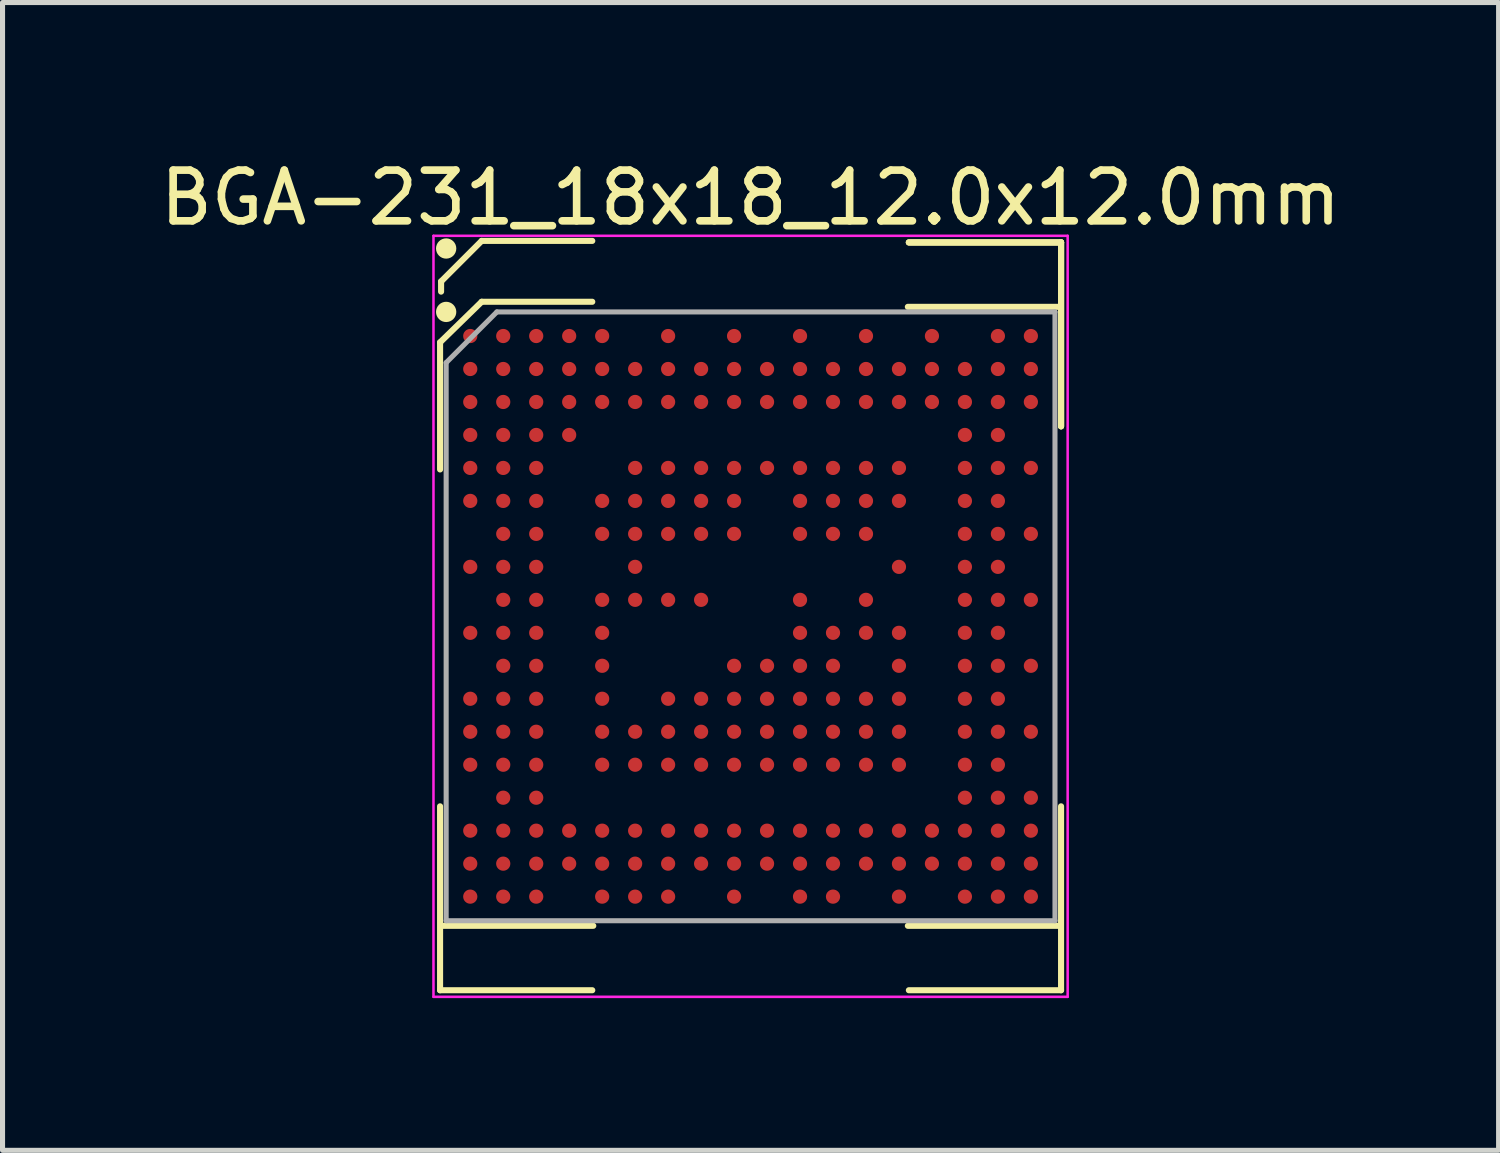
<source format=kicad_pcb>
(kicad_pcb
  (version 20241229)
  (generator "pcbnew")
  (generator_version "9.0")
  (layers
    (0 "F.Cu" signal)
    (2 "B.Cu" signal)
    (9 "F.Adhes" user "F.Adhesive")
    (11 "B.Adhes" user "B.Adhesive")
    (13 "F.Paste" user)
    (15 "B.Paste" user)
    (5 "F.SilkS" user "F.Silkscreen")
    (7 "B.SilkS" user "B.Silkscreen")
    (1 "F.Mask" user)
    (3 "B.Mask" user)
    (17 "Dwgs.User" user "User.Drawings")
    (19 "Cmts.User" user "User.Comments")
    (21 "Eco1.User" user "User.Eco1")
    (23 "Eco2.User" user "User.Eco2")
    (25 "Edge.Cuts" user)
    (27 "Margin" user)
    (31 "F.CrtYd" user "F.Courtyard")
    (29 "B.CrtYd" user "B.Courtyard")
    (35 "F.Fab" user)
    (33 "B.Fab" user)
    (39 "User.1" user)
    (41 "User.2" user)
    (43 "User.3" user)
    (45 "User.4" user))
  (footprint "BGA-231_18x18_12.0x12.0mm"
    (layer "F.Cu")
    (at 11.744 9.098)
    (property "Reference" "BGA-231_18x18_12.0x12.0mm" (at 0 -8.25 0) (layer "F.SilkS") (effects (font (size 1 1) (thickness 0.15))))
    (attr smd)
    (fp_line (start -6.12 -5.4) (end -6.12 -2.895) (stroke (width 0.12) (type solid)) (layer "F.SilkS"))
    (fp_line (start -6.12 7.37) (end -6.12 3.745) (stroke (width 0.12) (type solid)) (layer "F.SilkS"))
    (fp_line (start -6.1 -6.6) (end -6.1 -6.4) (stroke (width 0.12) (type solid)) (layer "F.SilkS"))
    (fp_line (start -5.3 -7.4) (end -6.1 -6.6) (stroke (width 0.12) (type solid)) (layer "F.SilkS"))
    (fp_line (start -5.3 -6.2) (end -6.12 -5.4) (stroke (width 0.12) (type solid)) (layer "F.SilkS"))
    (fp_line (start -3.12 -7.4) (end -5.3 -7.4) (stroke (width 0.12) (type solid)) (layer "F.SilkS"))
    (fp_line (start -3.12 -6.2) (end -5.3 -6.2) (stroke (width 0.12) (type solid)) (layer "F.SilkS"))
    (fp_line (start -3.12 7.37) (end -6.12 7.37) (stroke (width 0.12) (type solid)) (layer "F.SilkS"))
    (fp_line (start -3.1 6.1) (end -6.1 6.1) (stroke (width 0.12) (type solid)) (layer "F.SilkS"))
    (fp_line (start 3.1 -6.1) (end 6.1 -6.1) (stroke (width 0.12) (type solid)) (layer "F.SilkS"))
    (fp_line (start 3.1 6.1) (end 6.1 6.1) (stroke (width 0.12) (type solid)) (layer "F.SilkS"))
    (fp_line (start 3.12 -7.37) (end 6.12 -7.37) (stroke (width 0.12) (type solid)) (layer "F.SilkS"))
    (fp_line (start 3.12 -7.37) (end 6.12 -7.37) (stroke (width 0.12) (type solid)) (layer "F.SilkS"))
    (fp_line (start 3.12 -7.37) (end 6.12 -7.37) (stroke (width 0.12) (type solid)) (layer "F.SilkS"))
    (fp_line (start 3.12 7.37) (end 6.12 7.37) (stroke (width 0.12) (type solid)) (layer "F.SilkS"))
    (fp_line (start 6.12 -7.37) (end 6.12 -3.745) (stroke (width 0.12) (type solid)) (layer "F.SilkS"))
    (fp_line (start 6.12 -7.37) (end 6.12 -3.745) (stroke (width 0.12) (type solid)) (layer "F.SilkS"))
    (fp_line (start 6.12 -7.37) (end 6.12 -3.745) (stroke (width 0.12) (type solid)) (layer "F.SilkS"))
    (fp_line (start 6.12 7.37) (end 6.12 3.745) (stroke (width 0.12) (type solid)) (layer "F.SilkS"))
    (fp_circle (center -6 -7.25) (end -6 -7.15) (stroke (width 0.2) (type solid)) (fill no) (layer "F.SilkS"))
    (fp_circle (center -6 -6) (end -6 -5.9) (stroke (width 0.2) (type solid)) (fill no) (layer "F.SilkS"))
    (fp_line (start -6.25 -7.5) (end 6.25 -7.5) (stroke (width 0.05) (type solid)) (layer "F.CrtYd"))
    (fp_line (start -6.25 7.5) (end -6.25 -7.5) (stroke (width 0.05) (type solid)) (layer "F.CrtYd"))
    (fp_line (start 6.25 -7.5) (end 6.25 7.5) (stroke (width 0.05) (type solid)) (layer "F.CrtYd"))
    (fp_line (start 6.25 7.5) (end -6.25 7.5) (stroke (width 0.05) (type solid)) (layer "F.CrtYd"))
    (fp_line (start -6 -5) (end -6 6) (stroke (width 0.1) (type solid)) (layer "F.Fab"))
    (fp_line (start -6 6) (end 6 6) (stroke (width 0.1) (type solid)) (layer "F.Fab"))
    (fp_line (start -5 -6) (end -6 -5) (stroke (width 0.1) (type solid)) (layer "F.Fab"))
    (fp_line (start 6 -6) (end -5 -6) (stroke (width 0.1) (type solid)) (layer "F.Fab"))
    (fp_line (start 6 6) (end 6 -6) (stroke (width 0.1) (type solid)) (layer "F.Fab"))
    (pad "A1" smd circle (at -5.525 -5.525) (size 0.28 0.28) (layers "F.Cu" "F.Mask" "F.Paste"))
    (pad "A2" smd circle (at -4.875 -5.525) (size 0.28 0.28) (layers "F.Cu" "F.Mask" "F.Paste"))
    (pad "A3" smd circle (at -4.225 -5.525) (size 0.28 0.28) (layers "F.Cu" "F.Mask" "F.Paste"))
    (pad "A4" smd circle (at -3.575 -5.525) (size 0.28 0.28) (layers "F.Cu" "F.Mask" "F.Paste"))
    (pad "A5" smd circle (at -2.925 -5.525) (size 0.28 0.28) (layers "F.Cu" "F.Mask" "F.Paste"))
    (pad "A7" smd circle (at -1.625 -5.525) (size 0.28 0.28) (layers "F.Cu" "F.Mask" "F.Paste"))
    (pad "A9" smd circle (at -0.325 -5.525) (size 0.28 0.28) (layers "F.Cu" "F.Mask" "F.Paste"))
    (pad "A11" smd circle (at 0.975 -5.525) (size 0.28 0.28) (layers "F.Cu" "F.Mask" "F.Paste"))
    (pad "A13" smd circle (at 2.275 -5.525) (size 0.28 0.28) (layers "F.Cu" "F.Mask" "F.Paste"))
    (pad "A15" smd circle (at 3.575 -5.525) (size 0.28 0.28) (layers "F.Cu" "F.Mask" "F.Paste"))
    (pad "A17" smd circle (at 4.875 -5.525) (size 0.28 0.28) (layers "F.Cu" "F.Mask" "F.Paste"))
    (pad "A18" smd circle (at 5.525 -5.525) (size 0.28 0.28) (layers "F.Cu" "F.Mask" "F.Paste"))
    (pad "B1" smd circle (at -5.525 -4.875) (size 0.28 0.28) (layers "F.Cu" "F.Mask" "F.Paste"))
    (pad "B2" smd circle (at -4.875 -4.875) (size 0.28 0.28) (layers "F.Cu" "F.Mask" "F.Paste"))
    (pad "B3" smd circle (at -4.225 -4.875) (size 0.28 0.28) (layers "F.Cu" "F.Mask" "F.Paste"))
    (pad "B4" smd circle (at -3.575 -4.875) (size 0.28 0.28) (layers "F.Cu" "F.Mask" "F.Paste"))
    (pad "B5" smd circle (at -2.925 -4.875) (size 0.28 0.28) (layers "F.Cu" "F.Mask" "F.Paste"))
    (pad "B6" smd circle (at -2.275 -4.875) (size 0.28 0.28) (layers "F.Cu" "F.Mask" "F.Paste"))
    (pad "B7" smd circle (at -1.625 -4.875) (size 0.28 0.28) (layers "F.Cu" "F.Mask" "F.Paste"))
    (pad "B8" smd circle (at -0.975 -4.875) (size 0.28 0.28) (layers "F.Cu" "F.Mask" "F.Paste"))
    (pad "B9" smd circle (at -0.325 -4.875) (size 0.28 0.28) (layers "F.Cu" "F.Mask" "F.Paste"))
    (pad "B10" smd circle (at 0.325 -4.875) (size 0.28 0.28) (layers "F.Cu" "F.Mask" "F.Paste"))
    (pad "B11" smd circle (at 0.975 -4.875) (size 0.28 0.28) (layers "F.Cu" "F.Mask" "F.Paste"))
    (pad "B12" smd circle (at 1.625 -4.875) (size 0.28 0.28) (layers "F.Cu" "F.Mask" "F.Paste"))
    (pad "B13" smd circle (at 2.275 -4.875) (size 0.28 0.28) (layers "F.Cu" "F.Mask" "F.Paste"))
    (pad "B14" smd circle (at 2.925 -4.875) (size 0.28 0.28) (layers "F.Cu" "F.Mask" "F.Paste"))
    (pad "B15" smd circle (at 3.575 -4.875) (size 0.28 0.28) (layers "F.Cu" "F.Mask" "F.Paste"))
    (pad "B16" smd circle (at 4.225 -4.875) (size 0.28 0.28) (layers "F.Cu" "F.Mask" "F.Paste"))
    (pad "B17" smd circle (at 4.875 -4.875) (size 0.28 0.28) (layers "F.Cu" "F.Mask" "F.Paste"))
    (pad "B18" smd circle (at 5.525 -4.875) (size 0.28 0.28) (layers "F.Cu" "F.Mask" "F.Paste"))
    (pad "C1" smd circle (at -5.525 -4.225) (size 0.28 0.28) (layers "F.Cu" "F.Mask" "F.Paste"))
    (pad "C2" smd circle (at -4.875 -4.225) (size 0.28 0.28) (layers "F.Cu" "F.Mask" "F.Paste"))
    (pad "C3" smd circle (at -4.225 -4.225) (size 0.28 0.28) (layers "F.Cu" "F.Mask" "F.Paste"))
    (pad "C4" smd circle (at -3.575 -4.225) (size 0.28 0.28) (layers "F.Cu" "F.Mask" "F.Paste"))
    (pad "C5" smd circle (at -2.925 -4.225) (size 0.28 0.28) (layers "F.Cu" "F.Mask" "F.Paste"))
    (pad "C6" smd circle (at -2.275 -4.225) (size 0.28 0.28) (layers "F.Cu" "F.Mask" "F.Paste"))
    (pad "C7" smd circle (at -1.625 -4.225) (size 0.28 0.28) (layers "F.Cu" "F.Mask" "F.Paste"))
    (pad "C8" smd circle (at -0.975 -4.225) (size 0.28 0.28) (layers "F.Cu" "F.Mask" "F.Paste"))
    (pad "C9" smd circle (at -0.325 -4.225) (size 0.28 0.28) (layers "F.Cu" "F.Mask" "F.Paste"))
    (pad "C10" smd circle (at 0.325 -4.225) (size 0.28 0.28) (layers "F.Cu" "F.Mask" "F.Paste"))
    (pad "C11" smd circle (at 0.975 -4.225) (size 0.28 0.28) (layers "F.Cu" "F.Mask" "F.Paste"))
    (pad "C12" smd circle (at 1.625 -4.225) (size 0.28 0.28) (layers "F.Cu" "F.Mask" "F.Paste"))
    (pad "C13" smd circle (at 2.275 -4.225) (size 0.28 0.28) (layers "F.Cu" "F.Mask" "F.Paste"))
    (pad "C14" smd circle (at 2.925 -4.225) (size 0.28 0.28) (layers "F.Cu" "F.Mask" "F.Paste"))
    (pad "C15" smd circle (at 3.575 -4.225) (size 0.28 0.28) (layers "F.Cu" "F.Mask" "F.Paste"))
    (pad "C16" smd circle (at 4.225 -4.225) (size 0.28 0.28) (layers "F.Cu" "F.Mask" "F.Paste"))
    (pad "C17" smd circle (at 4.875 -4.225) (size 0.28 0.28) (layers "F.Cu" "F.Mask" "F.Paste"))
    (pad "C18" smd circle (at 5.525 -4.225) (size 0.28 0.28) (layers "F.Cu" "F.Mask" "F.Paste"))
    (pad "D1" smd circle (at -5.525 -3.575) (size 0.28 0.28) (layers "F.Cu" "F.Mask" "F.Paste"))
    (pad "D2" smd circle (at -4.875 -3.575) (size 0.28 0.28) (layers "F.Cu" "F.Mask" "F.Paste"))
    (pad "D3" smd circle (at -4.225 -3.575) (size 0.28 0.28) (layers "F.Cu" "F.Mask" "F.Paste"))
    (pad "D4" smd circle (at -3.575 -3.575) (size 0.28 0.28) (layers "F.Cu" "F.Mask" "F.Paste"))
    (pad "D16" smd circle (at 4.225 -3.575) (size 0.28 0.28) (layers "F.Cu" "F.Mask" "F.Paste"))
    (pad "D17" smd circle (at 4.875 -3.575) (size 0.28 0.28) (layers "F.Cu" "F.Mask" "F.Paste"))
    (pad "E1" smd circle (at -5.525 -2.925) (size 0.28 0.28) (layers "F.Cu" "F.Mask" "F.Paste"))
    (pad "E2" smd circle (at -4.875 -2.925) (size 0.28 0.28) (layers "F.Cu" "F.Mask" "F.Paste"))
    (pad "E3" smd circle (at -4.225 -2.925) (size 0.28 0.28) (layers "F.Cu" "F.Mask" "F.Paste"))
    (pad "E6" smd circle (at -2.275 -2.925) (size 0.28 0.28) (layers "F.Cu" "F.Mask" "F.Paste"))
    (pad "E7" smd circle (at -1.625 -2.925) (size 0.28 0.28) (layers "F.Cu" "F.Mask" "F.Paste"))
    (pad "E8" smd circle (at -0.975 -2.925) (size 0.28 0.28) (layers "F.Cu" "F.Mask" "F.Paste"))
    (pad "E9" smd circle (at -0.325 -2.925) (size 0.28 0.28) (layers "F.Cu" "F.Mask" "F.Paste"))
    (pad "E10" smd circle (at 0.325 -2.925) (size 0.28 0.28) (layers "F.Cu" "F.Mask" "F.Paste"))
    (pad "E11" smd circle (at 0.975 -2.925) (size 0.28 0.28) (layers "F.Cu" "F.Mask" "F.Paste"))
    (pad "E12" smd circle (at 1.625 -2.925) (size 0.28 0.28) (layers "F.Cu" "F.Mask" "F.Paste"))
    (pad "E13" smd circle (at 2.275 -2.925) (size 0.28 0.28) (layers "F.Cu" "F.Mask" "F.Paste"))
    (pad "E14" smd circle (at 2.925 -2.925) (size 0.28 0.28) (layers "F.Cu" "F.Mask" "F.Paste"))
    (pad "E16" smd circle (at 4.225 -2.925) (size 0.28 0.28) (layers "F.Cu" "F.Mask" "F.Paste"))
    (pad "E17" smd circle (at 4.875 -2.925) (size 0.28 0.28) (layers "F.Cu" "F.Mask" "F.Paste"))
    (pad "E18" smd circle (at 5.525 -2.925) (size 0.28 0.28) (layers "F.Cu" "F.Mask" "F.Paste"))
    (pad "F1" smd circle (at -5.525 -2.275) (size 0.28 0.28) (layers "F.Cu" "F.Mask" "F.Paste"))
    (pad "F2" smd circle (at -4.875 -2.275) (size 0.28 0.28) (layers "F.Cu" "F.Mask" "F.Paste"))
    (pad "F3" smd circle (at -4.225 -2.275) (size 0.28 0.28) (layers "F.Cu" "F.Mask" "F.Paste"))
    (pad "F5" smd circle (at -2.925 -2.275) (size 0.28 0.28) (layers "F.Cu" "F.Mask" "F.Paste"))
    (pad "F6" smd circle (at -2.275 -2.275) (size 0.28 0.28) (layers "F.Cu" "F.Mask" "F.Paste"))
    (pad "F7" smd circle (at -1.625 -2.275) (size 0.28 0.28) (layers "F.Cu" "F.Mask" "F.Paste"))
    (pad "F8" smd circle (at -0.975 -2.275) (size 0.28 0.28) (layers "F.Cu" "F.Mask" "F.Paste"))
    (pad "F9" smd circle (at -0.325 -2.275) (size 0.28 0.28) (layers "F.Cu" "F.Mask" "F.Paste"))
    (pad "F11" smd circle (at 0.975 -2.275) (size 0.28 0.28) (layers "F.Cu" "F.Mask" "F.Paste"))
    (pad "F12" smd circle (at 1.625 -2.275) (size 0.28 0.28) (layers "F.Cu" "F.Mask" "F.Paste"))
    (pad "F13" smd circle (at 2.275 -2.275) (size 0.28 0.28) (layers "F.Cu" "F.Mask" "F.Paste"))
    (pad "F14" smd circle (at 2.925 -2.275) (size 0.28 0.28) (layers "F.Cu" "F.Mask" "F.Paste"))
    (pad "F16" smd circle (at 4.225 -2.275) (size 0.28 0.28) (layers "F.Cu" "F.Mask" "F.Paste"))
    (pad "F17" smd circle (at 4.875 -2.275) (size 0.28 0.28) (layers "F.Cu" "F.Mask" "F.Paste"))
    (pad "G2" smd circle (at -4.875 -1.625) (size 0.28 0.28) (layers "F.Cu" "F.Mask" "F.Paste"))
    (pad "G3" smd circle (at -4.225 -1.625) (size 0.28 0.28) (layers "F.Cu" "F.Mask" "F.Paste"))
    (pad "G5" smd circle (at -2.925 -1.625) (size 0.28 0.28) (layers "F.Cu" "F.Mask" "F.Paste"))
    (pad "G6" smd circle (at -2.275 -1.625) (size 0.28 0.28) (layers "F.Cu" "F.Mask" "F.Paste"))
    (pad "G7" smd circle (at -1.625 -1.625) (size 0.28 0.28) (layers "F.Cu" "F.Mask" "F.Paste"))
    (pad "G8" smd circle (at -0.975 -1.625) (size 0.28 0.28) (layers "F.Cu" "F.Mask" "F.Paste"))
    (pad "G9" smd circle (at -0.325 -1.625) (size 0.28 0.28) (layers "F.Cu" "F.Mask" "F.Paste"))
    (pad "G11" smd circle (at 0.975 -1.625) (size 0.28 0.28) (layers "F.Cu" "F.Mask" "F.Paste"))
    (pad "G12" smd circle (at 1.625 -1.625) (size 0.28 0.28) (layers "F.Cu" "F.Mask" "F.Paste"))
    (pad "G13" smd circle (at 2.275 -1.625) (size 0.28 0.28) (layers "F.Cu" "F.Mask" "F.Paste"))
    (pad "G16" smd circle (at 4.225 -1.625) (size 0.28 0.28) (layers "F.Cu" "F.Mask" "F.Paste"))
    (pad "G17" smd circle (at 4.875 -1.625) (size 0.28 0.28) (layers "F.Cu" "F.Mask" "F.Paste"))
    (pad "G18" smd circle (at 5.525 -1.625) (size 0.28 0.28) (layers "F.Cu" "F.Mask" "F.Paste"))
    (pad "H1" smd circle (at -5.525 -0.975) (size 0.28 0.28) (layers "F.Cu" "F.Mask" "F.Paste"))
    (pad "H2" smd circle (at -4.875 -0.975) (size 0.28 0.28) (layers "F.Cu" "F.Mask" "F.Paste"))
    (pad "H3" smd circle (at -4.225 -0.975) (size 0.28 0.28) (layers "F.Cu" "F.Mask" "F.Paste"))
    (pad "H6" smd circle (at -2.275 -0.975) (size 0.28 0.28) (layers "F.Cu" "F.Mask" "F.Paste"))
    (pad "H14" smd circle (at 2.925 -0.975) (size 0.28 0.28) (layers "F.Cu" "F.Mask" "F.Paste"))
    (pad "H16" smd circle (at 4.225 -0.975) (size 0.28 0.28) (layers "F.Cu" "F.Mask" "F.Paste"))
    (pad "H17" smd circle (at 4.875 -0.975) (size 0.28 0.28) (layers "F.Cu" "F.Mask" "F.Paste"))
    (pad "J2" smd circle (at -4.875 -0.325) (size 0.28 0.28) (layers "F.Cu" "F.Mask" "F.Paste"))
    (pad "J3" smd circle (at -4.225 -0.325) (size 0.28 0.28) (layers "F.Cu" "F.Mask" "F.Paste"))
    (pad "J5" smd circle (at -2.925 -0.325) (size 0.28 0.28) (layers "F.Cu" "F.Mask" "F.Paste"))
    (pad "J6" smd circle (at -2.275 -0.325) (size 0.28 0.28) (layers "F.Cu" "F.Mask" "F.Paste"))
    (pad "J7" smd circle (at -1.625 -0.325) (size 0.28 0.28) (layers "F.Cu" "F.Mask" "F.Paste"))
    (pad "J8" smd circle (at -0.975 -0.325) (size 0.28 0.28) (layers "F.Cu" "F.Mask" "F.Paste"))
    (pad "J11" smd circle (at 0.975 -0.325) (size 0.28 0.28) (layers "F.Cu" "F.Mask" "F.Paste"))
    (pad "J13" smd circle (at 2.275 -0.325) (size 0.28 0.28) (layers "F.Cu" "F.Mask" "F.Paste"))
    (pad "J16" smd circle (at 4.225 -0.325) (size 0.28 0.28) (layers "F.Cu" "F.Mask" "F.Paste"))
    (pad "J17" smd circle (at 4.875 -0.325) (size 0.28 0.28) (layers "F.Cu" "F.Mask" "F.Paste"))
    (pad "J18" smd circle (at 5.525 -0.325) (size 0.28 0.28) (layers "F.Cu" "F.Mask" "F.Paste"))
    (pad "K1" smd circle (at -5.525 0.325) (size 0.28 0.28) (layers "F.Cu" "F.Mask" "F.Paste"))
    (pad "K2" smd circle (at -4.875 0.325) (size 0.28 0.28) (layers "F.Cu" "F.Mask" "F.Paste"))
    (pad "K3" smd circle (at -4.225 0.325) (size 0.28 0.28) (layers "F.Cu" "F.Mask" "F.Paste"))
    (pad "K5" smd circle (at -2.925 0.325) (size 0.28 0.28) (layers "F.Cu" "F.Mask" "F.Paste"))
    (pad "K11" smd circle (at 0.975 0.325) (size 0.28 0.28) (layers "F.Cu" "F.Mask" "F.Paste"))
    (pad "K12" smd circle (at 1.625 0.325) (size 0.28 0.28) (layers "F.Cu" "F.Mask" "F.Paste"))
    (pad "K13" smd circle (at 2.275 0.325) (size 0.28 0.28) (layers "F.Cu" "F.Mask" "F.Paste"))
    (pad "K14" smd circle (at 2.925 0.325) (size 0.28 0.28) (layers "F.Cu" "F.Mask" "F.Paste"))
    (pad "K16" smd circle (at 4.225 0.325) (size 0.28 0.28) (layers "F.Cu" "F.Mask" "F.Paste"))
    (pad "K17" smd circle (at 4.875 0.325) (size 0.28 0.28) (layers "F.Cu" "F.Mask" "F.Paste"))
    (pad "L2" smd circle (at -4.875 0.975) (size 0.28 0.28) (layers "F.Cu" "F.Mask" "F.Paste"))
    (pad "L3" smd circle (at -4.225 0.975) (size 0.28 0.28) (layers "F.Cu" "F.Mask" "F.Paste"))
    (pad "L5" smd circle (at -2.925 0.975) (size 0.28 0.28) (layers "F.Cu" "F.Mask" "F.Paste"))
    (pad "L9" smd circle (at -0.325 0.975) (size 0.28 0.28) (layers "F.Cu" "F.Mask" "F.Paste"))
    (pad "L10" smd circle (at 0.325 0.975) (size 0.28 0.28) (layers "F.Cu" "F.Mask" "F.Paste"))
    (pad "L11" smd circle (at 0.975 0.975) (size 0.28 0.28) (layers "F.Cu" "F.Mask" "F.Paste"))
    (pad "L12" smd circle (at 1.625 0.975) (size 0.28 0.28) (layers "F.Cu" "F.Mask" "F.Paste"))
    (pad "L14" smd circle (at 2.925 0.975) (size 0.28 0.28) (layers "F.Cu" "F.Mask" "F.Paste"))
    (pad "L16" smd circle (at 4.225 0.975) (size 0.28 0.28) (layers "F.Cu" "F.Mask" "F.Paste"))
    (pad "L17" smd circle (at 4.875 0.975) (size 0.28 0.28) (layers "F.Cu" "F.Mask" "F.Paste"))
    (pad "L18" smd circle (at 5.525 0.975) (size 0.28 0.28) (layers "F.Cu" "F.Mask" "F.Paste"))
    (pad "M1" smd circle (at -5.525 1.625) (size 0.28 0.28) (layers "F.Cu" "F.Mask" "F.Paste"))
    (pad "M2" smd circle (at -4.875 1.625) (size 0.28 0.28) (layers "F.Cu" "F.Mask" "F.Paste"))
    (pad "M3" smd circle (at -4.225 1.625) (size 0.28 0.28) (layers "F.Cu" "F.Mask" "F.Paste"))
    (pad "M5" smd circle (at -2.925 1.625) (size 0.28 0.28) (layers "F.Cu" "F.Mask" "F.Paste"))
    (pad "M7" smd circle (at -1.625 1.625) (size 0.28 0.28) (layers "F.Cu" "F.Mask" "F.Paste"))
    (pad "M8" smd circle (at -0.975 1.625) (size 0.28 0.28) (layers "F.Cu" "F.Mask" "F.Paste"))
    (pad "M9" smd circle (at -0.325 1.625) (size 0.28 0.28) (layers "F.Cu" "F.Mask" "F.Paste"))
    (pad "M10" smd circle (at 0.325 1.625) (size 0.28 0.28) (layers "F.Cu" "F.Mask" "F.Paste"))
    (pad "M11" smd circle (at 0.975 1.625) (size 0.28 0.28) (layers "F.Cu" "F.Mask" "F.Paste"))
    (pad "M12" smd circle (at 1.625 1.625) (size 0.28 0.28) (layers "F.Cu" "F.Mask" "F.Paste"))
    (pad "M13" smd circle (at 2.275 1.625) (size 0.28 0.28) (layers "F.Cu" "F.Mask" "F.Paste"))
    (pad "M14" smd circle (at 2.925 1.625) (size 0.28 0.28) (layers "F.Cu" "F.Mask" "F.Paste"))
    (pad "M16" smd circle (at 4.225 1.625) (size 0.28 0.28) (layers "F.Cu" "F.Mask" "F.Paste"))
    (pad "M17" smd circle (at 4.875 1.625) (size 0.28 0.28) (layers "F.Cu" "F.Mask" "F.Paste"))
    (pad "N1" smd circle (at -5.525 2.275) (size 0.28 0.28) (layers "F.Cu" "F.Mask" "F.Paste"))
    (pad "N2" smd circle (at -4.875 2.275) (size 0.28 0.28) (layers "F.Cu" "F.Mask" "F.Paste"))
    (pad "N3" smd circle (at -4.225 2.275) (size 0.28 0.28) (layers "F.Cu" "F.Mask" "F.Paste"))
    (pad "N5" smd circle (at -2.925 2.275) (size 0.28 0.28) (layers "F.Cu" "F.Mask" "F.Paste"))
    (pad "N6" smd circle (at -2.275 2.275) (size 0.28 0.28) (layers "F.Cu" "F.Mask" "F.Paste"))
    (pad "N7" smd circle (at -1.625 2.275) (size 0.28 0.28) (layers "F.Cu" "F.Mask" "F.Paste"))
    (pad "N8" smd circle (at -0.975 2.275) (size 0.28 0.28) (layers "F.Cu" "F.Mask" "F.Paste"))
    (pad "N9" smd circle (at -0.325 2.275) (size 0.28 0.28) (layers "F.Cu" "F.Mask" "F.Paste"))
    (pad "N10" smd circle (at 0.325 2.275) (size 0.28 0.28) (layers "F.Cu" "F.Mask" "F.Paste"))
    (pad "N11" smd circle (at 0.975 2.275) (size 0.28 0.28) (layers "F.Cu" "F.Mask" "F.Paste"))
    (pad "N12" smd circle (at 1.625 2.275) (size 0.28 0.28) (layers "F.Cu" "F.Mask" "F.Paste"))
    (pad "N13" smd circle (at 2.275 2.275) (size 0.28 0.28) (layers "F.Cu" "F.Mask" "F.Paste"))
    (pad "N14" smd circle (at 2.925 2.275) (size 0.28 0.28) (layers "F.Cu" "F.Mask" "F.Paste"))
    (pad "N16" smd circle (at 4.225 2.275) (size 0.28 0.28) (layers "F.Cu" "F.Mask" "F.Paste"))
    (pad "N17" smd circle (at 4.875 2.275) (size 0.28 0.28) (layers "F.Cu" "F.Mask" "F.Paste"))
    (pad "N18" smd circle (at 5.525 2.275) (size 0.28 0.28) (layers "F.Cu" "F.Mask" "F.Paste"))
    (pad "P1" smd circle (at -5.525 2.925) (size 0.28 0.28) (layers "F.Cu" "F.Mask" "F.Paste"))
    (pad "P2" smd circle (at -4.875 2.925) (size 0.28 0.28) (layers "F.Cu" "F.Mask" "F.Paste"))
    (pad "P3" smd circle (at -4.225 2.925) (size 0.28 0.28) (layers "F.Cu" "F.Mask" "F.Paste"))
    (pad "P5" smd circle (at -2.925 2.925) (size 0.28 0.28) (layers "F.Cu" "F.Mask" "F.Paste"))
    (pad "P6" smd circle (at -2.275 2.925) (size 0.28 0.28) (layers "F.Cu" "F.Mask" "F.Paste"))
    (pad "P7" smd circle (at -1.625 2.925) (size 0.28 0.28) (layers "F.Cu" "F.Mask" "F.Paste"))
    (pad "P8" smd circle (at -0.975 2.925) (size 0.28 0.28) (layers "F.Cu" "F.Mask" "F.Paste"))
    (pad "P9" smd circle (at -0.325 2.925) (size 0.28 0.28) (layers "F.Cu" "F.Mask" "F.Paste"))
    (pad "P10" smd circle (at 0.325 2.925) (size 0.28 0.28) (layers "F.Cu" "F.Mask" "F.Paste"))
    (pad "P11" smd circle (at 0.975 2.925) (size 0.28 0.28) (layers "F.Cu" "F.Mask" "F.Paste"))
    (pad "P12" smd circle (at 1.625 2.925) (size 0.28 0.28) (layers "F.Cu" "F.Mask" "F.Paste"))
    (pad "P13" smd circle (at 2.275 2.925) (size 0.28 0.28) (layers "F.Cu" "F.Mask" "F.Paste"))
    (pad "P14" smd circle (at 2.925 2.925) (size 0.28 0.28) (layers "F.Cu" "F.Mask" "F.Paste"))
    (pad "P16" smd circle (at 4.225 2.925) (size 0.28 0.28) (layers "F.Cu" "F.Mask" "F.Paste"))
    (pad "P17" smd circle (at 4.875 2.925) (size 0.28 0.28) (layers "F.Cu" "F.Mask" "F.Paste"))
    (pad "R2" smd circle (at -4.875 3.575) (size 0.28 0.28) (layers "F.Cu" "F.Mask" "F.Paste"))
    (pad "R3" smd circle (at -4.225 3.575) (size 0.28 0.28) (layers "F.Cu" "F.Mask" "F.Paste"))
    (pad "R16" smd circle (at 4.225 3.575) (size 0.28 0.28) (layers "F.Cu" "F.Mask" "F.Paste"))
    (pad "R17" smd circle (at 4.875 3.575) (size 0.28 0.28) (layers "F.Cu" "F.Mask" "F.Paste"))
    (pad "R18" smd circle (at 5.525 3.575) (size 0.28 0.28) (layers "F.Cu" "F.Mask" "F.Paste"))
    (pad "T1" smd circle (at -5.525 4.225) (size 0.28 0.28) (layers "F.Cu" "F.Mask" "F.Paste"))
    (pad "T2" smd circle (at -4.875 4.225) (size 0.28 0.28) (layers "F.Cu" "F.Mask" "F.Paste"))
    (pad "T3" smd circle (at -4.225 4.225) (size 0.28 0.28) (layers "F.Cu" "F.Mask" "F.Paste"))
    (pad "T4" smd circle (at -3.575 4.225) (size 0.28 0.28) (layers "F.Cu" "F.Mask" "F.Paste"))
    (pad "T5" smd circle (at -2.925 4.225) (size 0.28 0.28) (layers "F.Cu" "F.Mask" "F.Paste"))
    (pad "T6" smd circle (at -2.275 4.225) (size 0.28 0.28) (layers "F.Cu" "F.Mask" "F.Paste"))
    (pad "T7" smd circle (at -1.625 4.225) (size 0.28 0.28) (layers "F.Cu" "F.Mask" "F.Paste"))
    (pad "T8" smd circle (at -0.975 4.225) (size 0.28 0.28) (layers "F.Cu" "F.Mask" "F.Paste"))
    (pad "T9" smd circle (at -0.325 4.225) (size 0.28 0.28) (layers "F.Cu" "F.Mask" "F.Paste"))
    (pad "T10" smd circle (at 0.325 4.225) (size 0.28 0.28) (layers "F.Cu" "F.Mask" "F.Paste"))
    (pad "T11" smd circle (at 0.975 4.225) (size 0.28 0.28) (layers "F.Cu" "F.Mask" "F.Paste"))
    (pad "T12" smd circle (at 1.625 4.225) (size 0.28 0.28) (layers "F.Cu" "F.Mask" "F.Paste"))
    (pad "T13" smd circle (at 2.275 4.225) (size 0.28 0.28) (layers "F.Cu" "F.Mask" "F.Paste"))
    (pad "T14" smd circle (at 2.925 4.225) (size 0.28 0.28) (layers "F.Cu" "F.Mask" "F.Paste"))
    (pad "T15" smd circle (at 3.575 4.225) (size 0.28 0.28) (layers "F.Cu" "F.Mask" "F.Paste"))
    (pad "T16" smd circle (at 4.225 4.225) (size 0.28 0.28) (layers "F.Cu" "F.Mask" "F.Paste"))
    (pad "T17" smd circle (at 4.875 4.225) (size 0.28 0.28) (layers "F.Cu" "F.Mask" "F.Paste"))
    (pad "T18" smd circle (at 5.525 4.225) (size 0.28 0.28) (layers "F.Cu" "F.Mask" "F.Paste"))
    (pad "U1" smd circle (at -5.525 4.875) (size 0.28 0.28) (layers "F.Cu" "F.Mask" "F.Paste"))
    (pad "U2" smd circle (at -4.875 4.875) (size 0.28 0.28) (layers "F.Cu" "F.Mask" "F.Paste"))
    (pad "U3" smd circle (at -4.225 4.875) (size 0.28 0.28) (layers "F.Cu" "F.Mask" "F.Paste"))
    (pad "U4" smd circle (at -3.575 4.875) (size 0.28 0.28) (layers "F.Cu" "F.Mask" "F.Paste"))
    (pad "U5" smd circle (at -2.925 4.875) (size 0.28 0.28) (layers "F.Cu" "F.Mask" "F.Paste"))
    (pad "U6" smd circle (at -2.275 4.875) (size 0.28 0.28) (layers "F.Cu" "F.Mask" "F.Paste"))
    (pad "U7" smd circle (at -1.625 4.875) (size 0.28 0.28) (layers "F.Cu" "F.Mask" "F.Paste"))
    (pad "U8" smd circle (at -0.975 4.875) (size 0.28 0.28) (layers "F.Cu" "F.Mask" "F.Paste"))
    (pad "U9" smd circle (at -0.325 4.875) (size 0.28 0.28) (layers "F.Cu" "F.Mask" "F.Paste"))
    (pad "U10" smd circle (at 0.325 4.875) (size 0.28 0.28) (layers "F.Cu" "F.Mask" "F.Paste"))
    (pad "U11" smd circle (at 0.975 4.875) (size 0.28 0.28) (layers "F.Cu" "F.Mask" "F.Paste"))
    (pad "U12" smd circle (at 1.625 4.875) (size 0.28 0.28) (layers "F.Cu" "F.Mask" "F.Paste"))
    (pad "U13" smd circle (at 2.275 4.875) (size 0.28 0.28) (layers "F.Cu" "F.Mask" "F.Paste"))
    (pad "U14" smd circle (at 2.925 4.875) (size 0.28 0.28) (layers "F.Cu" "F.Mask" "F.Paste"))
    (pad "U15" smd circle (at 3.575 4.875) (size 0.28 0.28) (layers "F.Cu" "F.Mask" "F.Paste"))
    (pad "U16" smd circle (at 4.225 4.875) (size 0.28 0.28) (layers "F.Cu" "F.Mask" "F.Paste"))
    (pad "U17" smd circle (at 4.875 4.875) (size 0.28 0.28) (layers "F.Cu" "F.Mask" "F.Paste"))
    (pad "U18" smd circle (at 5.525 4.875) (size 0.28 0.28) (layers "F.Cu" "F.Mask" "F.Paste"))
    (pad "V1" smd circle (at -5.525 5.525) (size 0.28 0.28) (layers "F.Cu" "F.Mask" "F.Paste"))
    (pad "V2" smd circle (at -4.875 5.525) (size 0.28 0.28) (layers "F.Cu" "F.Mask" "F.Paste"))
    (pad "V3" smd circle (at -4.225 5.525) (size 0.28 0.28) (layers "F.Cu" "F.Mask" "F.Paste"))
    (pad "V5" smd circle (at -2.925 5.525) (size 0.28 0.28) (layers "F.Cu" "F.Mask" "F.Paste"))
    (pad "V6" smd circle (at -2.275 5.525) (size 0.28 0.28) (layers "F.Cu" "F.Mask" "F.Paste"))
    (pad "V7" smd circle (at -1.625 5.525) (size 0.28 0.28) (layers "F.Cu" "F.Mask" "F.Paste"))
    (pad "V9" smd circle (at -0.325 5.525) (size 0.28 0.28) (layers "F.Cu" "F.Mask" "F.Paste"))
    (pad "V11" smd circle (at 0.975 5.525) (size 0.28 0.28) (layers "F.Cu" "F.Mask" "F.Paste"))
    (pad "V12" smd circle (at 1.625 5.525) (size 0.28 0.28) (layers "F.Cu" "F.Mask" "F.Paste"))
    (pad "V14" smd circle (at 2.925 5.525) (size 0.28 0.28) (layers "F.Cu" "F.Mask" "F.Paste"))
    (pad "V16" smd circle (at 4.225 5.525) (size 0.28 0.28) (layers "F.Cu" "F.Mask" "F.Paste"))
    (pad "V17" smd circle (at 4.875 5.525) (size 0.28 0.28) (layers "F.Cu" "F.Mask" "F.Paste"))
    (pad "V18" smd circle (at 5.525 5.525) (size 0.28 0.28) (layers "F.Cu" "F.Mask" "F.Paste")))
  (gr_rect
    (start -3 -3)
    (end 26.488 19.623)
    (stroke (width 0.1) (type default))
    (fill no)
    (layer "Edge.Cuts")))
</source>
